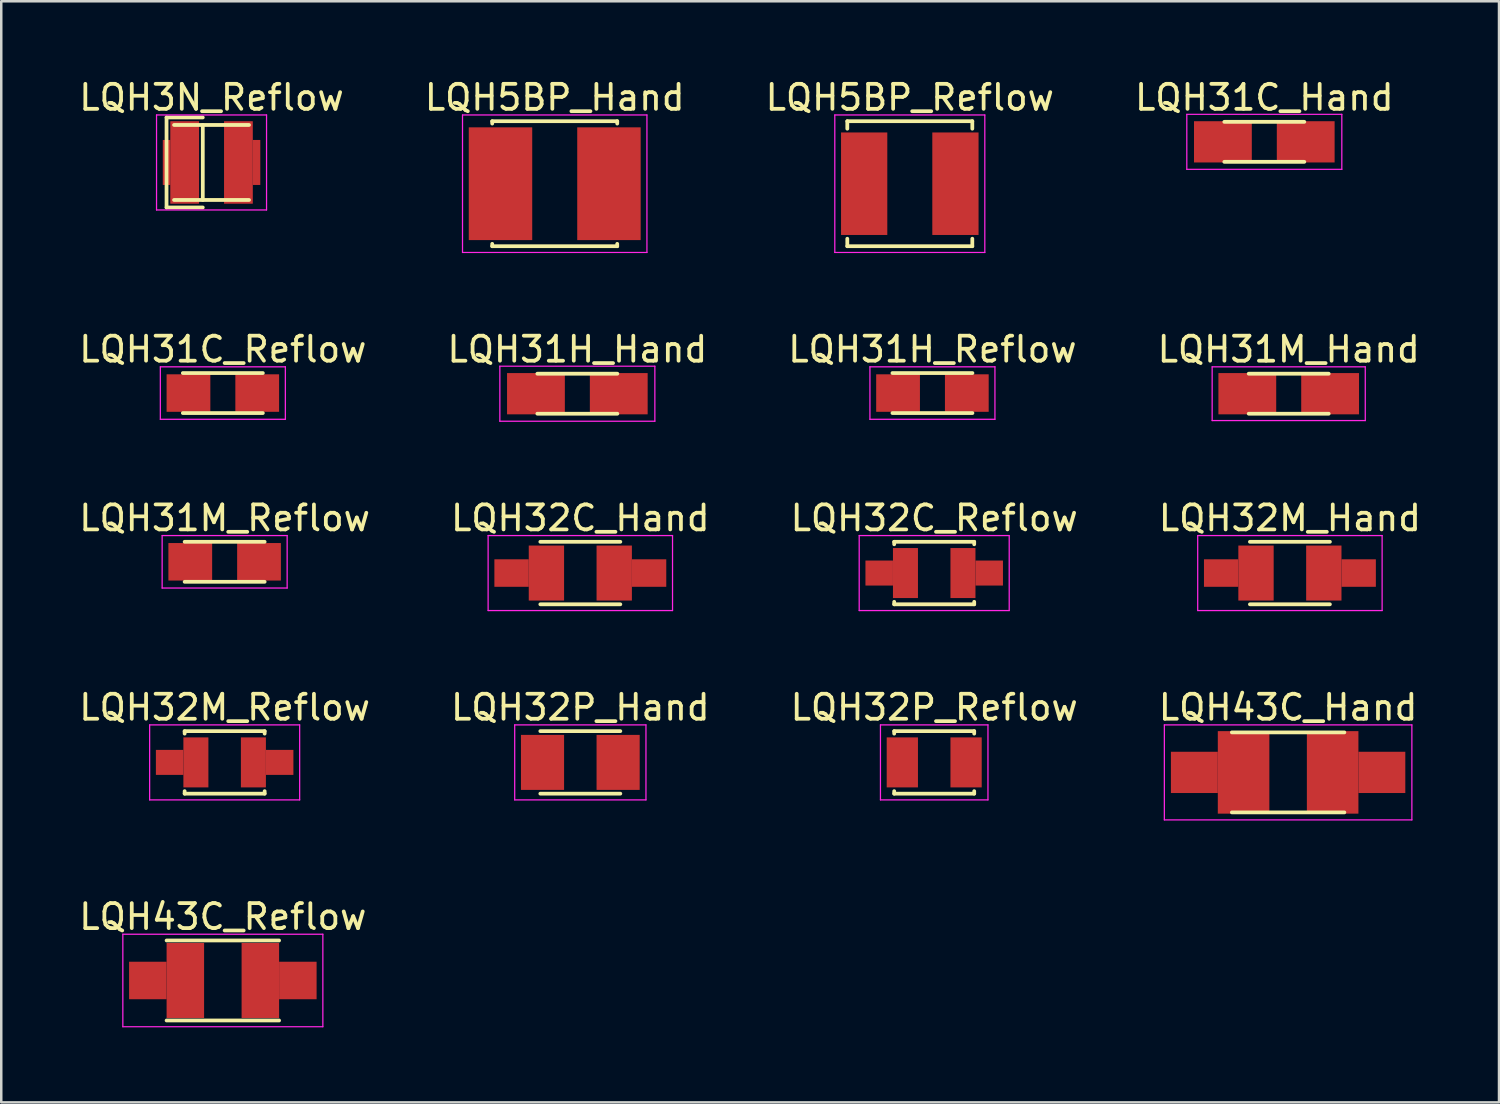
<source format=kicad_pcb>
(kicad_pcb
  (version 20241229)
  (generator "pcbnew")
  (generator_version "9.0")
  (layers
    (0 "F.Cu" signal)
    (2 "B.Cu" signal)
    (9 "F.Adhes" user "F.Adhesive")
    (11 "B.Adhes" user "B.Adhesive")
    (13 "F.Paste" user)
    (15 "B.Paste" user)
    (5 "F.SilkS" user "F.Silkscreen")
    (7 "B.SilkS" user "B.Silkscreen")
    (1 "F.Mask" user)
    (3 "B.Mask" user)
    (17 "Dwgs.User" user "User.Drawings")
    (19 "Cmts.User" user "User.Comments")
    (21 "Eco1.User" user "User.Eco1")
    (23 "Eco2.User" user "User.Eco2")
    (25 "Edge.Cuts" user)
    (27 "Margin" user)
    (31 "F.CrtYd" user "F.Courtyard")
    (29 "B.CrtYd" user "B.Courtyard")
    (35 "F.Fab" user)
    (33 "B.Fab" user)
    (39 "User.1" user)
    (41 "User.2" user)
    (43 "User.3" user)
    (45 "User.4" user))
  (footprint "LQH5BP_Reflow"
    (layer "F.Cu")
    (at 33.339 4.298)
    (property "Reference" "LQH5BP_Reflow" (at 0 -3.45 0) (layer "F.SilkS") (effects (font (size 1 1) (thickness 0.15))))
    (attr smd)
    (fp_line (start -2.5 -2.5) (end -2.5 -2.2) (stroke (width 0.15) (type solid)) (layer "F.SilkS"))
    (fp_line (start -2.5 -2.5) (end 2.5 -2.5) (stroke (width 0.15) (type solid)) (layer "F.SilkS"))
    (fp_line (start -2.5 2.2) (end -2.5 2.5) (stroke (width 0.15) (type solid)) (layer "F.SilkS"))
    (fp_line (start -2.5 2.5) (end 2.5 2.5) (stroke (width 0.15) (type solid)) (layer "F.SilkS"))
    (fp_line (start 2.5 -2.5) (end 2.5 -2.2) (stroke (width 0.15) (type solid)) (layer "F.SilkS"))
    (fp_line (start 2.5 2.2) (end 2.5 2.5) (stroke (width 0.15) (type solid)) (layer "F.SilkS"))
    (fp_line (start -3 -2.75) (end -3 2.75) (stroke (width 0.05) (type solid)) (layer "F.CrtYd"))
    (fp_line (start -3 -2.75) (end 3 -2.75) (stroke (width 0.05) (type solid)) (layer "F.CrtYd"))
    (fp_line (start -3 2.75) (end 3 2.75) (stroke (width 0.05) (type solid)) (layer "F.CrtYd"))
    (fp_line (start 3 -2.75) (end 3 2.75) (stroke (width 0.05) (type solid)) (layer "F.CrtYd"))
    (pad "1" smd rect (at -1.825 0) (size 1.85 4.1) (layers "F.Cu" "F.Mask" "F.Paste"))
    (pad "2" smd rect (at 1.825 0) (size 1.85 4.1) (layers "F.Cu" "F.Mask" "F.Paste")))
  (footprint "LQH3N_Reflow"
    (layer "F.Cu")
    (at 5.411 3.448)
    (property "Reference" "LQH3N_Reflow" (at 0 -2.6 0) (layer "F.SilkS") (effects (font (size 1 1) (thickness 0.15))))
    (attr smd)
    (fp_line (start -1.8 -1.8) (end -0.35 -1.8) (stroke (width 0.15) (type solid)) (layer "F.SilkS"))
    (fp_line (start -1.8 1.8) (end -1.8 -1.8) (stroke (width 0.15) (type solid)) (layer "F.SilkS"))
    (fp_line (start -1.8 1.8) (end -0.35 1.8) (stroke (width 0.15) (type solid)) (layer "F.SilkS"))
    (fp_line (start -1.5 -1.5) (end 1.5 -1.5) (stroke (width 0.15) (type solid)) (layer "F.SilkS"))
    (fp_line (start -1.5 1.5) (end 1.5 1.5) (stroke (width 0.15) (type solid)) (layer "F.SilkS"))
    (fp_line (start -0.35 -1.5) (end -0.35 1.5) (stroke (width 0.15) (type solid)) (layer "F.SilkS"))
    (fp_line (start -2.2 -1.9) (end -2.2 1.9) (stroke (width 0.05) (type solid)) (layer "F.CrtYd"))
    (fp_line (start -2.2 -1.9) (end 2.2 -1.9) (stroke (width 0.05) (type solid)) (layer "F.CrtYd"))
    (fp_line (start -2.2 1.9) (end 2.2 1.9) (stroke (width 0.05) (type solid)) (layer "F.CrtYd"))
    (fp_line (start 2.2 -1.9) (end 2.2 1.9) (stroke (width 0.05) (type solid)) (layer "F.CrtYd"))
    (pad "1" smd rect (at -1.8 0) (size 0.3 1.8) (layers "F.Cu" "F.Mask" "F.Paste"))
    (pad "1" smd rect (at -1.075 0) (size 1.15 3.3) (layers "F.Cu" "F.Mask" "F.Paste"))
    (pad "2" smd rect (at 1.075 0) (size 1.15 3.3) (layers "F.Cu" "F.Mask" "F.Paste"))
    (pad "2" smd rect (at 1.8 0) (size 0.3 1.8) (layers "F.Cu" "F.Mask" "F.Paste")))
  (footprint "LQH31M_Hand"
    (layer "F.Cu")
    (at 48.494 12.697)
    (property "Reference" "LQH31M_Hand" (at 0 -1.775 0) (layer "F.SilkS") (effects (font (size 1 1) (thickness 0.15))))
    (attr smd)
    (fp_line (start -1.6 -0.8) (end 1.6 -0.8) (stroke (width 0.15) (type solid)) (layer "F.SilkS"))
    (fp_line (start -1.6 0.8) (end 1.6 0.8) (stroke (width 0.15) (type solid)) (layer "F.SilkS"))
    (fp_line (start -3.062 -1.075) (end -3.062 1.075) (stroke (width 0.05) (type solid)) (layer "F.CrtYd"))
    (fp_line (start -3.062 -1.075) (end 3.062 -1.075) (stroke (width 0.05) (type solid)) (layer "F.CrtYd"))
    (fp_line (start -3.062 1.075) (end 3.062 1.075) (stroke (width 0.05) (type solid)) (layer "F.CrtYd"))
    (fp_line (start 3.062 -1.075) (end 3.062 1.075) (stroke (width 0.05) (type solid)) (layer "F.CrtYd"))
    (pad "1" smd rect (at -1.656 0) (size 2.312 1.65) (layers "F.Cu" "F.Mask" "F.Paste"))
    (pad "2" smd rect (at 1.656 0) (size 2.312 1.65) (layers "F.Cu" "F.Mask" "F.Paste")))
  (footprint "LQH31M_Reflow"
    (layer "F.Cu")
    (at 5.935 19.42)
    (property "Reference" "LQH31M_Reflow" (at 0 -1.75 0) (layer "F.SilkS") (effects (font (size 1 1) (thickness 0.15))))
    (attr smd)
    (fp_line (start -1.6 -0.8) (end 1.6 -0.8) (stroke (width 0.15) (type solid)) (layer "F.SilkS"))
    (fp_line (start -1.6 0.8) (end 1.6 0.8) (stroke (width 0.15) (type solid)) (layer "F.SilkS"))
    (fp_line (start -2.5 -1.05) (end -2.5 1.05) (stroke (width 0.05) (type solid)) (layer "F.CrtYd"))
    (fp_line (start -2.5 -1.05) (end 2.5 -1.05) (stroke (width 0.05) (type solid)) (layer "F.CrtYd"))
    (fp_line (start -2.5 1.05) (end 2.5 1.05) (stroke (width 0.05) (type solid)) (layer "F.CrtYd"))
    (fp_line (start 2.5 -1.05) (end 2.5 1.05) (stroke (width 0.05) (type solid)) (layer "F.CrtYd"))
    (pad "1" smd rect (at -1.375 0) (size 1.75 1.5) (layers "F.Cu" "F.Mask" "F.Paste"))
    (pad "2" smd rect (at 1.375 0) (size 1.75 1.5) (layers "F.Cu" "F.Mask" "F.Paste")))
  (footprint "LQH32P_Hand"
    (layer "F.Cu")
    (at 20.161 27.443)
    (property "Reference" "LQH32P_Hand" (at 0 -2.2 0) (layer "F.SilkS") (effects (font (size 1 1) (thickness 0.15))))
    (attr smd)
    (fp_line (start -1.6 -1.25) (end 1.6 -1.25) (stroke (width 0.15) (type solid)) (layer "F.SilkS"))
    (fp_line (start -1.6 1.25) (end 1.6 1.25) (stroke (width 0.15) (type solid)) (layer "F.SilkS"))
    (fp_line (start -2.625 -1.5) (end -2.625 1.5) (stroke (width 0.05) (type solid)) (layer "F.CrtYd"))
    (fp_line (start -2.625 -1.5) (end 2.625 -1.5) (stroke (width 0.05) (type solid)) (layer "F.CrtYd"))
    (fp_line (start -2.625 1.5) (end 2.625 1.5) (stroke (width 0.05) (type solid)) (layer "F.CrtYd"))
    (fp_line (start 2.625 -1.5) (end 2.625 1.5) (stroke (width 0.05) (type solid)) (layer "F.CrtYd"))
    (pad "1" smd rect (at -1.512 0) (size 1.725 2.2) (layers "F.Cu" "F.Mask" "F.Paste"))
    (pad "2" smd rect (at 1.512 0) (size 1.725 2.2) (layers "F.Cu" "F.Mask" "F.Paste")))
  (footprint "LQH31H_Reflow"
    (layer "F.Cu")
    (at 34.244 12.671)
    (property "Reference" "LQH31H_Reflow" (at 0 -1.75 0) (layer "F.SilkS") (effects (font (size 1 1) (thickness 0.15))))
    (attr smd)
    (fp_line (start -1.6 -0.8) (end 1.6 -0.8) (stroke (width 0.15) (type solid)) (layer "F.SilkS"))
    (fp_line (start -1.6 0.8) (end 1.6 0.8) (stroke (width 0.15) (type solid)) (layer "F.SilkS"))
    (fp_line (start -2.5 -1.05) (end -2.5 1.05) (stroke (width 0.05) (type solid)) (layer "F.CrtYd"))
    (fp_line (start -2.5 -1.05) (end 2.5 -1.05) (stroke (width 0.05) (type solid)) (layer "F.CrtYd"))
    (fp_line (start -2.5 1.05) (end 2.5 1.05) (stroke (width 0.05) (type solid)) (layer "F.CrtYd"))
    (fp_line (start 2.5 -1.05) (end 2.5 1.05) (stroke (width 0.05) (type solid)) (layer "F.CrtYd"))
    (pad "1" smd rect (at -1.375 0) (size 1.75 1.5) (layers "F.Cu" "F.Mask" "F.Paste"))
    (pad "2" smd rect (at 1.375 0) (size 1.75 1.5) (layers "F.Cu" "F.Mask" "F.Paste")))
  (footprint "LQH43C_Hand"
    (layer "F.Cu")
    (at 48.47 27.843)
    (property "Reference" "LQH43C_Hand" (at 0 -2.6 0) (layer "F.SilkS") (effects (font (size 1 1) (thickness 0.15))))
    (attr smd)
    (fp_line (start -2.25 -1.6) (end 2.25 -1.6) (stroke (width 0.15) (type solid)) (layer "F.SilkS"))
    (fp_line (start -2.25 1.6) (end 2.25 1.6) (stroke (width 0.15) (type solid)) (layer "F.SilkS"))
    (fp_line (start -4.95 -1.9) (end -4.95 1.9) (stroke (width 0.05) (type solid)) (layer "F.CrtYd"))
    (fp_line (start -4.95 -1.9) (end 4.95 -1.9) (stroke (width 0.05) (type solid)) (layer "F.CrtYd"))
    (fp_line (start -4.95 1.9) (end 4.95 1.9) (stroke (width 0.05) (type solid)) (layer "F.CrtYd"))
    (fp_line (start 4.95 -1.9) (end 4.95 1.9) (stroke (width 0.05) (type solid)) (layer "F.CrtYd"))
    (pad "1" smd rect (at -3.75 0) (size 1.875 1.65) (layers "F.Cu" "F.Mask" "F.Paste"))
    (pad "1" smd rect (at -1.781 0) (size 2.062 3.3) (layers "F.Cu" "F.Mask" "F.Paste"))
    (pad "2" smd rect (at 1.781 0) (size 2.062 3.3) (layers "F.Cu" "F.Mask" "F.Paste"))
    (pad "2" smd rect (at 3.75 0) (size 1.875 1.65) (layers "F.Cu" "F.Mask" "F.Paste")))
  (footprint "LQH32P_Reflow"
    (layer "F.Cu")
    (at 34.315 27.443)
    (property "Reference" "LQH32P_Reflow" (at 0 -2.2 0) (layer "F.SilkS") (effects (font (size 1 1) (thickness 0.15))))
    (attr smd)
    (fp_line (start -1.6 -1.25) (end -1.6 -1.15) (stroke (width 0.15) (type solid)) (layer "F.SilkS"))
    (fp_line (start -1.6 -1.25) (end 1.6 -1.25) (stroke (width 0.15) (type solid)) (layer "F.SilkS"))
    (fp_line (start -1.6 1.15) (end -1.6 1.25) (stroke (width 0.15) (type solid)) (layer "F.SilkS"))
    (fp_line (start -1.6 1.25) (end 1.6 1.25) (stroke (width 0.15) (type solid)) (layer "F.SilkS"))
    (fp_line (start 1.6 -1.25) (end 1.6 -1.15) (stroke (width 0.15) (type solid)) (layer "F.SilkS"))
    (fp_line (start 1.6 1.15) (end 1.6 1.25) (stroke (width 0.15) (type solid)) (layer "F.SilkS"))
    (fp_line (start -2.15 -1.5) (end -2.15 1.5) (stroke (width 0.05) (type solid)) (layer "F.CrtYd"))
    (fp_line (start -2.15 -1.5) (end 2.15 -1.5) (stroke (width 0.05) (type solid)) (layer "F.CrtYd"))
    (fp_line (start -2.15 1.5) (end 2.15 1.5) (stroke (width 0.05) (type solid)) (layer "F.CrtYd"))
    (fp_line (start 2.15 -1.5) (end 2.15 1.5) (stroke (width 0.05) (type solid)) (layer "F.CrtYd"))
    (pad "1" smd rect (at -1.275 0) (size 1.25 2) (layers "F.Cu" "F.Mask" "F.Paste"))
    (pad "2" smd rect (at 1.275 0) (size 1.25 2) (layers "F.Cu" "F.Mask" "F.Paste")))
  (footprint "LQH32M_Reflow"
    (layer "F.Cu")
    (at 5.935 27.443)
    (property "Reference" "LQH32M_Reflow" (at 0 -2.2 0) (layer "F.SilkS") (effects (font (size 1 1) (thickness 0.15))))
    (attr smd)
    (fp_line (start -1.6 -1.25) (end -1.6 -1.15) (stroke (width 0.15) (type solid)) (layer "F.SilkS"))
    (fp_line (start -1.6 -1.25) (end 1.6 -1.25) (stroke (width 0.15) (type solid)) (layer "F.SilkS"))
    (fp_line (start -1.6 1.15) (end -1.6 1.25) (stroke (width 0.15) (type solid)) (layer "F.SilkS"))
    (fp_line (start -1.6 1.25) (end 1.6 1.25) (stroke (width 0.15) (type solid)) (layer "F.SilkS"))
    (fp_line (start 1.6 -1.25) (end 1.6 -1.15) (stroke (width 0.15) (type solid)) (layer "F.SilkS"))
    (fp_line (start 1.6 1.15) (end 1.6 1.25) (stroke (width 0.15) (type solid)) (layer "F.SilkS"))
    (fp_line (start -3 -1.5) (end -3 1.5) (stroke (width 0.05) (type solid)) (layer "F.CrtYd"))
    (fp_line (start -3 -1.5) (end 3 -1.5) (stroke (width 0.05) (type solid)) (layer "F.CrtYd"))
    (fp_line (start -3 1.5) (end 3 1.5) (stroke (width 0.05) (type solid)) (layer "F.CrtYd"))
    (fp_line (start 3 -1.5) (end 3 1.5) (stroke (width 0.05) (type solid)) (layer "F.CrtYd"))
    (pad "1" smd rect (at -2.2 0) (size 1.1 1) (layers "F.Cu" "F.Mask" "F.Paste"))
    (pad "1" smd rect (at -1.15 0) (size 1 2) (layers "F.Cu" "F.Mask" "F.Paste"))
    (pad "2" smd rect (at 1.15 0) (size 1 2) (layers "F.Cu" "F.Mask" "F.Paste"))
    (pad "2" smd rect (at 2.2 0) (size 1.1 1) (layers "F.Cu" "F.Mask" "F.Paste")))
  (footprint "LQH32C_Reflow"
    (layer "F.Cu")
    (at 34.315 19.87)
    (property "Reference" "LQH32C_Reflow" (at 0 -2.2 0) (layer "F.SilkS") (effects (font (size 1 1) (thickness 0.15))))
    (attr smd)
    (fp_line (start -1.6 -1.25) (end -1.6 -1.15) (stroke (width 0.15) (type solid)) (layer "F.SilkS"))
    (fp_line (start -1.6 -1.25) (end 1.6 -1.25) (stroke (width 0.15) (type solid)) (layer "F.SilkS"))
    (fp_line (start -1.6 1.15) (end -1.6 1.25) (stroke (width 0.15) (type solid)) (layer "F.SilkS"))
    (fp_line (start -1.6 1.25) (end 1.6 1.25) (stroke (width 0.15) (type solid)) (layer "F.SilkS"))
    (fp_line (start 1.6 -1.25) (end 1.6 -1.15) (stroke (width 0.15) (type solid)) (layer "F.SilkS"))
    (fp_line (start 1.6 1.15) (end 1.6 1.25) (stroke (width 0.15) (type solid)) (layer "F.SilkS"))
    (fp_line (start -3 -1.5) (end -3 1.5) (stroke (width 0.05) (type solid)) (layer "F.CrtYd"))
    (fp_line (start -3 -1.5) (end 3 -1.5) (stroke (width 0.05) (type solid)) (layer "F.CrtYd"))
    (fp_line (start -3 1.5) (end 3 1.5) (stroke (width 0.05) (type solid)) (layer "F.CrtYd"))
    (fp_line (start 3 -1.5) (end 3 1.5) (stroke (width 0.05) (type solid)) (layer "F.CrtYd"))
    (pad "1" smd rect (at -2.2 0) (size 1.1 1) (layers "F.Cu" "F.Mask" "F.Paste"))
    (pad "1" smd rect (at -1.15 0) (size 1 2) (layers "F.Cu" "F.Mask" "F.Paste"))
    (pad "2" smd rect (at 1.15 0) (size 1 2) (layers "F.Cu" "F.Mask" "F.Paste"))
    (pad "2" smd rect (at 2.2 0) (size 1.1 1) (layers "F.Cu" "F.Mask" "F.Paste")))
  (footprint "LQH43C_Reflow"
    (layer "F.Cu")
    (at 5.863 36.166)
    (property "Reference" "LQH43C_Reflow" (at 0 -2.55 0) (layer "F.SilkS") (effects (font (size 1 1) (thickness 0.15))))
    (attr smd)
    (fp_line (start -2.25 -1.6) (end 2.25 -1.6) (stroke (width 0.15) (type solid)) (layer "F.SilkS"))
    (fp_line (start -2.25 1.6) (end 2.25 1.6) (stroke (width 0.15) (type solid)) (layer "F.SilkS"))
    (fp_line (start -4 -1.85) (end -4 1.85) (stroke (width 0.05) (type solid)) (layer "F.CrtYd"))
    (fp_line (start -4 -1.85) (end 4 -1.85) (stroke (width 0.05) (type solid)) (layer "F.CrtYd"))
    (fp_line (start -4 1.85) (end 4 1.85) (stroke (width 0.05) (type solid)) (layer "F.CrtYd"))
    (fp_line (start 4 -1.85) (end 4 1.85) (stroke (width 0.05) (type solid)) (layer "F.CrtYd"))
    (pad "1" smd rect (at -3 0) (size 1.5 1.5) (layers "F.Cu" "F.Mask" "F.Paste"))
    (pad "1" smd rect (at -1.5 0) (size 1.5 3) (layers "F.Cu" "F.Mask" "F.Paste"))
    (pad "2" smd rect (at 1.5 0) (size 1.5 3) (layers "F.Cu" "F.Mask" "F.Paste"))
    (pad "2" smd rect (at 3 0) (size 1.5 1.5) (layers "F.Cu" "F.Mask" "F.Paste")))
  (footprint "LQH31C_Hand"
    (layer "F.Cu")
    (at 47.518 2.623)
    (property "Reference" "LQH31C_Hand" (at 0 -1.775 0) (layer "F.SilkS") (effects (font (size 1 1) (thickness 0.15))))
    (attr smd)
    (fp_line (start -1.6 -0.8) (end 1.6 -0.8) (stroke (width 0.15) (type solid)) (layer "F.SilkS"))
    (fp_line (start -1.6 0.8) (end 1.6 0.8) (stroke (width 0.15) (type solid)) (layer "F.SilkS"))
    (fp_line (start -3.1 -1.1) (end -3.1 1.1) (stroke (width 0.05) (type solid)) (layer "F.CrtYd"))
    (fp_line (start -3.1 -1.1) (end 3.1 -1.1) (stroke (width 0.05) (type solid)) (layer "F.CrtYd"))
    (fp_line (start -3.1 1.1) (end 3.1 1.1) (stroke (width 0.05) (type solid)) (layer "F.CrtYd"))
    (fp_line (start 3.1 -1.1) (end 3.1 1.1) (stroke (width 0.05) (type solid)) (layer "F.CrtYd"))
    (pad "1" smd rect (at -1.656 0) (size 2.312 1.65) (layers "F.Cu" "F.Mask" "F.Paste"))
    (pad "2" smd rect (at 1.656 0) (size 2.312 1.65) (layers "F.Cu" "F.Mask" "F.Paste")))
  (footprint "LQH31H_Hand"
    (layer "F.Cu")
    (at 20.042 12.697)
    (property "Reference" "LQH31H_Hand" (at 0 -1.775 0) (layer "F.SilkS") (effects (font (size 1 1) (thickness 0.15))))
    (attr smd)
    (fp_line (start -1.6 -0.8) (end 1.6 -0.8) (stroke (width 0.15) (type solid)) (layer "F.SilkS"))
    (fp_line (start -1.6 0.8) (end 1.6 0.8) (stroke (width 0.15) (type solid)) (layer "F.SilkS"))
    (fp_line (start -3.1 -1.1) (end -3.1 1.1) (stroke (width 0.05) (type solid)) (layer "F.CrtYd"))
    (fp_line (start -3.1 -1.1) (end 3.1 -1.1) (stroke (width 0.05) (type solid)) (layer "F.CrtYd"))
    (fp_line (start -3.1 1.1) (end 3.1 1.1) (stroke (width 0.05) (type solid)) (layer "F.CrtYd"))
    (fp_line (start 3.1 -1.1) (end 3.1 1.1) (stroke (width 0.05) (type solid)) (layer "F.CrtYd"))
    (pad "1" smd rect (at -1.656 0) (size 2.312 1.65) (layers "F.Cu" "F.Mask" "F.Paste"))
    (pad "2" smd rect (at 1.656 0) (size 2.312 1.65) (layers "F.Cu" "F.Mask" "F.Paste")))
  (footprint "LQH32C_Hand"
    (layer "F.Cu")
    (at 20.161 19.87)
    (property "Reference" "LQH32C_Hand" (at 0 -2.2 0) (layer "F.SilkS") (effects (font (size 1 1) (thickness 0.15))))
    (attr smd)
    (fp_line (start -1.6 -1.25) (end 1.6 -1.25) (stroke (width 0.15) (type solid)) (layer "F.SilkS"))
    (fp_line (start -1.6 1.25) (end 1.6 1.25) (stroke (width 0.15) (type solid)) (layer "F.SilkS"))
    (fp_line (start -3.688 -1.5) (end -3.688 1.5) (stroke (width 0.05) (type solid)) (layer "F.CrtYd"))
    (fp_line (start -3.688 -1.5) (end 3.688 -1.5) (stroke (width 0.05) (type solid)) (layer "F.CrtYd"))
    (fp_line (start -3.688 1.5) (end 3.688 1.5) (stroke (width 0.05) (type solid)) (layer "F.CrtYd"))
    (fp_line (start 3.688 -1.5) (end 3.688 1.5) (stroke (width 0.05) (type solid)) (layer "F.CrtYd"))
    (pad "1" smd rect (at -2.75 0) (size 1.375 1.1) (layers "F.Cu" "F.Mask" "F.Paste"))
    (pad "1" smd rect (at -1.356 0) (size 1.413 2.2) (layers "F.Cu" "F.Mask" "F.Paste"))
    (pad "2" smd rect (at 1.356 0) (size 1.413 2.2) (layers "F.Cu" "F.Mask" "F.Paste"))
    (pad "2" smd rect (at 2.75 0) (size 1.375 1.1) (layers "F.Cu" "F.Mask" "F.Paste")))
  (footprint "LQH31C_Reflow"
    (layer "F.Cu")
    (at 5.863 12.671)
    (property "Reference" "LQH31C_Reflow" (at 0 -1.75 0) (layer "F.SilkS") (effects (font (size 1 1) (thickness 0.15))))
    (attr smd)
    (fp_line (start -1.6 -0.8) (end 1.6 -0.8) (stroke (width 0.15) (type solid)) (layer "F.SilkS"))
    (fp_line (start -1.6 0.8) (end 1.6 0.8) (stroke (width 0.15) (type solid)) (layer "F.SilkS"))
    (fp_line (start -2.5 -1.05) (end -2.5 1.05) (stroke (width 0.05) (type solid)) (layer "F.CrtYd"))
    (fp_line (start -2.5 -1.05) (end 2.5 -1.05) (stroke (width 0.05) (type solid)) (layer "F.CrtYd"))
    (fp_line (start -2.5 1.05) (end 2.5 1.05) (stroke (width 0.05) (type solid)) (layer "F.CrtYd"))
    (fp_line (start 2.5 -1.05) (end 2.5 1.05) (stroke (width 0.05) (type solid)) (layer "F.CrtYd"))
    (pad "1" smd rect (at -1.375 0) (size 1.75 1.5) (layers "F.Cu" "F.Mask" "F.Paste"))
    (pad "2" smd rect (at 1.375 0) (size 1.75 1.5) (layers "F.Cu" "F.Mask" "F.Paste")))
  (footprint "LQH32M_Hand"
    (layer "F.Cu")
    (at 48.542 19.87)
    (property "Reference" "LQH32M_Hand" (at 0 -2.2 0) (layer "F.SilkS") (effects (font (size 1 1) (thickness 0.15))))
    (attr smd)
    (fp_line (start -1.6 -1.25) (end 1.6 -1.25) (stroke (width 0.15) (type solid)) (layer "F.SilkS"))
    (fp_line (start -1.6 1.25) (end 1.6 1.25) (stroke (width 0.15) (type solid)) (layer "F.SilkS"))
    (fp_line (start -3.688 -1.5) (end -3.688 1.5) (stroke (width 0.05) (type solid)) (layer "F.CrtYd"))
    (fp_line (start -3.688 -1.5) (end 3.688 -1.5) (stroke (width 0.05) (type solid)) (layer "F.CrtYd"))
    (fp_line (start -3.688 1.5) (end 3.688 1.5) (stroke (width 0.05) (type solid)) (layer "F.CrtYd"))
    (fp_line (start 3.688 -1.5) (end 3.688 1.5) (stroke (width 0.05) (type solid)) (layer "F.CrtYd"))
    (pad "1" smd rect (at -2.75 0) (size 1.375 1.1) (layers "F.Cu" "F.Mask" "F.Paste"))
    (pad "1" smd rect (at -1.356 0) (size 1.413 2.2) (layers "F.Cu" "F.Mask" "F.Paste"))
    (pad "2" smd rect (at 1.356 0) (size 1.413 2.2) (layers "F.Cu" "F.Mask" "F.Paste"))
    (pad "2" smd rect (at 2.75 0) (size 1.375 1.1) (layers "F.Cu" "F.Mask" "F.Paste")))
  (footprint "LQH5BP_Hand"
    (layer "F.Cu")
    (at 19.137 4.298)
    (property "Reference" "LQH5BP_Hand" (at 0 -3.45 0) (layer "F.SilkS") (effects (font (size 1 1) (thickness 0.15))))
    (attr smd)
    (fp_line (start -2.5 -2.5) (end -2.5 -2.405) (stroke (width 0.15) (type solid)) (layer "F.SilkS"))
    (fp_line (start -2.5 -2.5) (end 2.5 -2.5) (stroke (width 0.15) (type solid)) (layer "F.SilkS"))
    (fp_line (start -2.5 2.405) (end -2.5 2.5) (stroke (width 0.15) (type solid)) (layer "F.SilkS"))
    (fp_line (start -2.5 2.5) (end 2.5 2.5) (stroke (width 0.15) (type solid)) (layer "F.SilkS"))
    (fp_line (start 2.5 -2.5) (end 2.5 -2.405) (stroke (width 0.15) (type solid)) (layer "F.SilkS"))
    (fp_line (start 2.5 2.405) (end 2.5 2.5) (stroke (width 0.15) (type solid)) (layer "F.SilkS"))
    (fp_line (start -3.688 -2.75) (end -3.688 2.75) (stroke (width 0.05) (type solid)) (layer "F.CrtYd"))
    (fp_line (start -3.688 -2.75) (end 3.688 -2.75) (stroke (width 0.05) (type solid)) (layer "F.CrtYd"))
    (fp_line (start -3.688 2.75) (end 3.688 2.75) (stroke (width 0.05) (type solid)) (layer "F.CrtYd"))
    (fp_line (start 3.688 -2.75) (end 3.688 2.75) (stroke (width 0.05) (type solid)) (layer "F.CrtYd"))
    (pad "1" smd rect (at -2.169 0) (size 2.538 4.51) (layers "F.Cu" "F.Mask" "F.Paste"))
    (pad "2" smd rect (at 2.169 0) (size 2.538 4.51) (layers "F.Cu" "F.Mask" "F.Paste")))
  (gr_rect
    (start -3 -3)
    (end 56.905 41.041)
    (stroke (width 0.1) (type default))
    (fill no)
    (layer "Edge.Cuts")))
</source>
